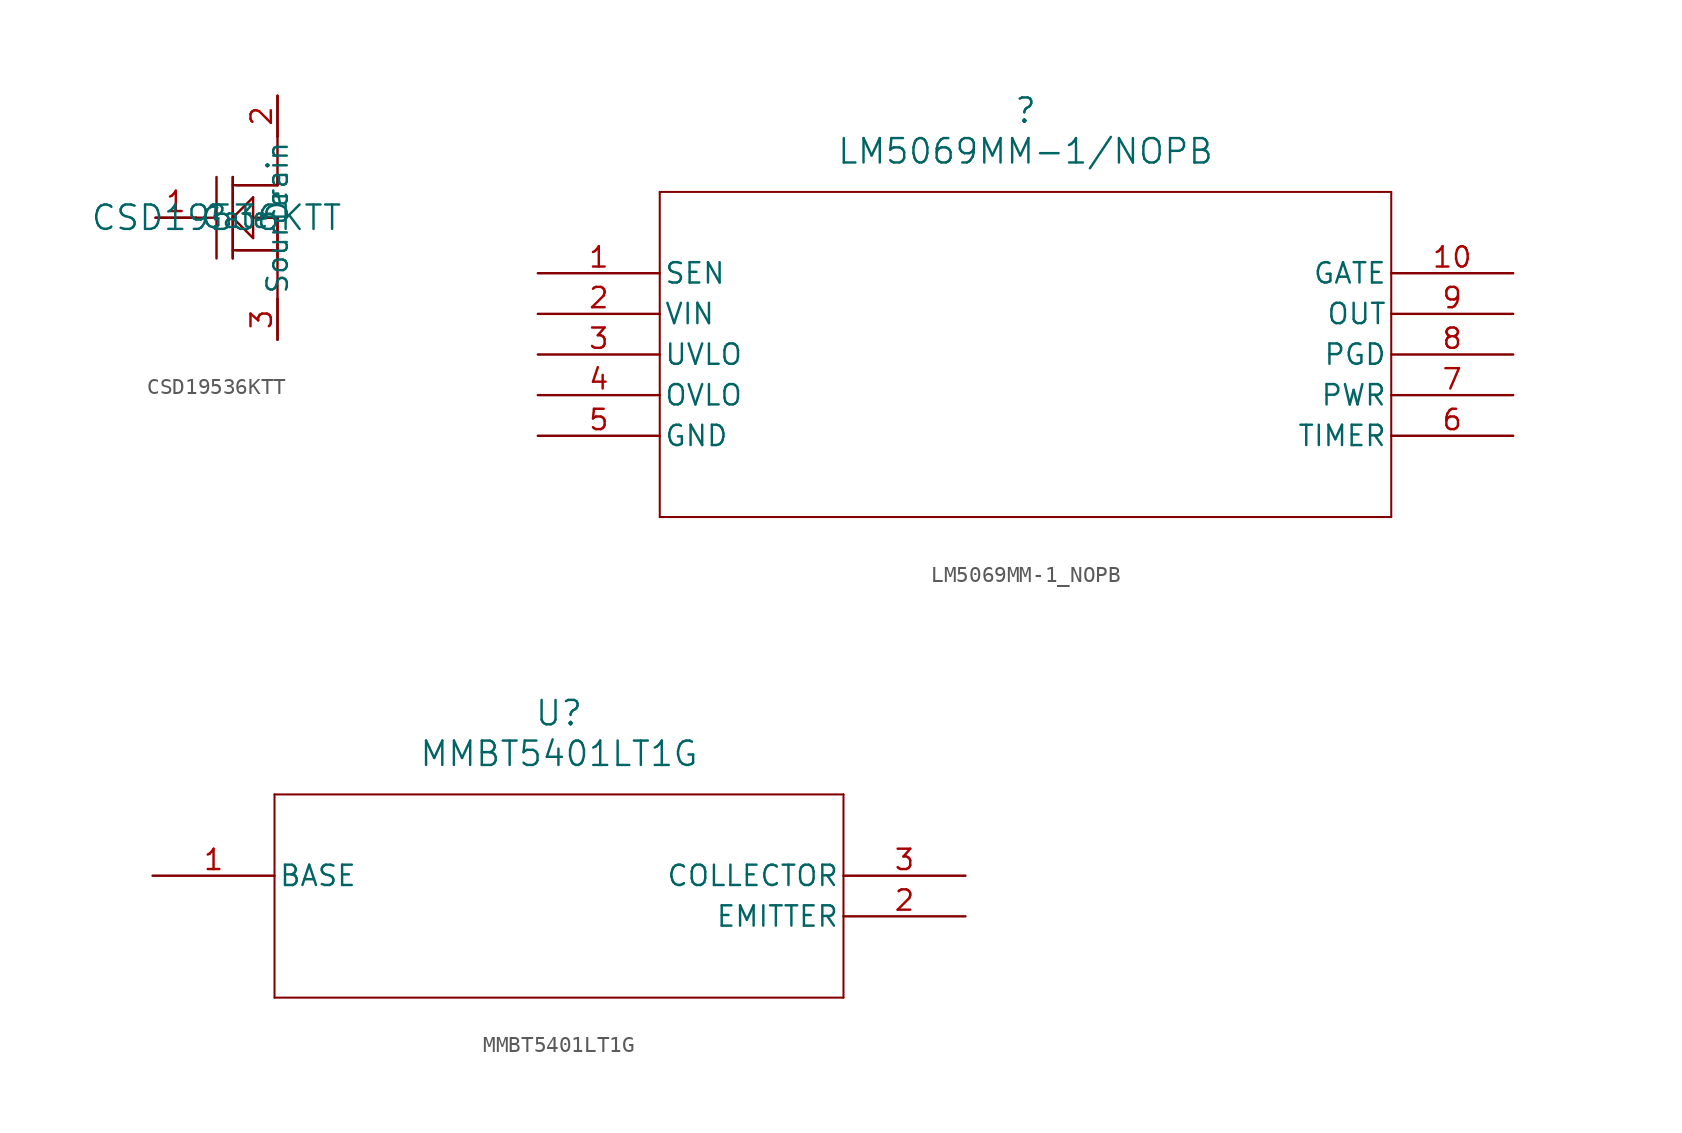
<source format=kicad_sym>
(kicad_symbol_lib
  (version 20241209)
  (generator "kicad_symbol_editor")
  (generator_version "9.0")
  (symbol "CSD19536KTT"
    (pin_names
      (offset 0.254))
    (property "Reference" ""
      (at 0 0 0)
      (effects (font (size 1.524 1.524))))
    (property "Value" "CSD19536KTT"
      (at 0 0 0)
      (effects (font (size 1.524 1.524))))
    (property "ki_locked" ""
      (at 0 0 0)
      (effects (font (size 1.27 1.27))))
    (symbol "CSD19536KTT_1_1"
      (polyline (pts (xy -3.81 0) (xy -1.27 0)) (stroke (width 0.152) (type default)) (fill (type none)))
      (polyline (pts (xy -1.27 0) (xy 0 0)) (stroke (width 0.152) (type default)) (fill (type none)))
      (polyline (pts (xy 0 -2.54) (xy 0 2.54)) (stroke (width 0.152) (type default)) (fill (type none)))
      (polyline (pts (xy 1.016 2.54) (xy 1.016 -2.54)) (stroke (width 0.152) (type default)) (fill (type none)))
      (polyline (pts (xy 1.016 2.54) (xy 1.016 -2.54)) (stroke (width 0.152) (type default)) (fill (type none)))
      (polyline (pts (xy 1.016 0) (xy 2.286 1.27)) (stroke (width 0.152) (type default)) (fill (type none)))
      (polyline (pts (xy 1.016 -2.032) (xy 3.81 -2.032)) (stroke (width 0.152) (type default)) (fill (type none)))
      (polyline (pts (xy 1.27 -2.032) (xy 3.556 -2.032)) (stroke (width 0.152) (type default)) (fill (type none)))
      (polyline (pts (xy 2.286 1.27) (xy 2.286 -1.27)) (stroke (width 0.152) (type default)) (fill (type none)))
      (polyline (pts (xy 2.286 0) (xy 3.81 0)) (stroke (width 0.152) (type default)) (fill (type none)))
      (polyline (pts (xy 2.286 -1.27) (xy 1.016 0)) (stroke (width 0.152) (type default)) (fill (type none)))
      (polyline (pts (xy 2.794 0) (xy 3.81 0)) (stroke (width 0.152) (type default)) (fill (type none)))
      (polyline (pts (xy 3.81 7.62) (xy 3.81 5.08)) (stroke (width 0.152) (type default)) (fill (type none)))
      (polyline (pts (xy 3.81 5.08) (xy 3.81 2.54)) (stroke (width 0.152) (type default)) (fill (type none)))
      (polyline (pts (xy 3.81 2.54) (xy 3.81 2.032)) (stroke (width 0.152) (type default)) (fill (type none)))
      (polyline (pts (xy 3.81 2.54) (xy 3.81 2.032)) (stroke (width 0.152) (type default)) (fill (type none)))
      (polyline (pts (xy 3.81 2.032) (xy 1.016 2.032)) (stroke (width 0.152) (type default)) (fill (type none)))
      (polyline (pts (xy 3.81 2.032) (xy 1.27 2.032)) (stroke (width 0.152) (type default)) (fill (type none)))
      (polyline (pts (xy 3.81 0) (xy 3.81 -2.54)) (stroke (width 0.152) (type default)) (fill (type none)))
      (polyline (pts (xy 3.81 0) (xy 3.81 -2.54)) (stroke (width 0.152) (type default)) (fill (type none)))
      (polyline (pts (xy 3.81 -2.54) (xy 3.81 -5.08)) (stroke (width 0.152) (type default)) (fill (type none)))
      (polyline (pts (xy 3.81 -7.62) (xy 3.81 -5.08)) (stroke (width 0.152) (type default)) (fill (type none)))
      (pin unspecified line (at -3.81 0 0) (length 2.54) (name "Gate" (effects (font (size 1.27 1.27)))) (number "1" (effects (font (size 1.27 1.27)))))
      (pin unspecified line (at 3.81 7.62 270) (length 2.54) (name "Drain" (effects (font (size 1.27 1.27)))) (number "2" (effects (font (size 1.27 1.27)))))
      (pin unspecified line (at 3.81 -7.62 90) (length 2.54) (name "Source" (effects (font (size 1.27 1.27)))) (number "3" (effects (font (size 1.27 1.27)))))))
  (symbol "LM5069MM-1_NOPB"
    (pin_names
      (offset 0.254))
    (property "Reference" ""
      (at 30.48 10.16 0)
      (effects (font (size 1.524 1.524))))
    (property "Value" "LM5069MM-1/NOPB"
      (at 30.48 7.62 0)
      (effects (font (size 1.524 1.524))))
    (property "ki_locked" ""
      (at 0 0 0)
      (effects (font (size 1.27 1.27))))
    (symbol "LM5069MM-1_NOPB_0_1"
      (polyline (pts (xy 7.62 5.08) (xy 7.62 -15.24)) (stroke (width 0.127) (type default)) (fill (type none)))
      (polyline (pts (xy 7.62 -15.24) (xy 53.34 -15.24)) (stroke (width 0.127) (type default)) (fill (type none)))
      (polyline (pts (xy 53.34 5.08) (xy 7.62 5.08)) (stroke (width 0.127) (type default)) (fill (type none)))
      (polyline (pts (xy 53.34 -15.24) (xy 53.34 5.08)) (stroke (width 0.127) (type default)) (fill (type none)))
      (pin input line (at 0 0 0) (length 7.62) (name "SEN" (effects (font (size 1.27 1.27)))) (number "1" (effects (font (size 1.27 1.27)))))
      (pin power_in line (at 0 -2.54 0) (length 7.62) (name "VIN" (effects (font (size 1.27 1.27)))) (number "2" (effects (font (size 1.27 1.27)))))
      (pin input line (at 0 -5.08 0) (length 7.62) (name "UVLO" (effects (font (size 1.27 1.27)))) (number "3" (effects (font (size 1.27 1.27)))))
      (pin input line (at 0 -7.62 0) (length 7.62) (name "OVLO" (effects (font (size 1.27 1.27)))) (number "4" (effects (font (size 1.27 1.27)))))
      (pin power_in line (at 0 -10.16 0) (length 7.62) (name "GND" (effects (font (size 1.27 1.27)))) (number "5" (effects (font (size 1.27 1.27)))))
      (pin output line (at 60.96 0 180) (length 7.62) (name "GATE" (effects (font (size 1.27 1.27)))) (number "10" (effects (font (size 1.27 1.27)))))
      (pin output line (at 60.96 -2.54 180) (length 7.62) (name "OUT" (effects (font (size 1.27 1.27)))) (number "9" (effects (font (size 1.27 1.27)))))
      (pin unspecified line (at 60.96 -5.08 180) (length 7.62) (name "PGD" (effects (font (size 1.27 1.27)))) (number "8" (effects (font (size 1.27 1.27)))))
      (pin input line (at 60.96 -7.62 180) (length 7.62) (name "PWR" (effects (font (size 1.27 1.27)))) (number "7" (effects (font (size 1.27 1.27)))))
      (pin input line (at 60.96 -10.16 180) (length 7.62) (name "TIMER" (effects (font (size 1.27 1.27)))) (number "6" (effects (font (size 1.27 1.27)))))))
  (symbol "MMBT5401LT1G"
    (pin_names
      (offset 0.254))
    (property "Reference" "U"
      (at 25.4 10.16 0)
      (effects (font (size 1.524 1.524))))
    (property "Value" "MMBT5401LT1G"
      (at 25.4 7.62 0)
      (effects (font (size 1.524 1.524))))
    (property "ki_locked" ""
      (at 0 0 0)
      (effects (font (size 1.27 1.27))))
    (symbol "MMBT5401LT1G_0_1"
      (polyline (pts (xy 7.62 5.08) (xy 7.62 -7.62)) (stroke (width 0.127) (type default)) (fill (type none)))
      (polyline (pts (xy 7.62 -7.62) (xy 43.18 -7.62)) (stroke (width 0.127) (type default)) (fill (type none)))
      (polyline (pts (xy 43.18 5.08) (xy 7.62 5.08)) (stroke (width 0.127) (type default)) (fill (type none)))
      (polyline (pts (xy 43.18 -7.62) (xy 43.18 5.08)) (stroke (width 0.127) (type default)) (fill (type none)))
      (pin unspecified line (at 0 0 0) (length 7.62) (name "BASE" (effects (font (size 1.27 1.27)))) (number "1" (effects (font (size 1.27 1.27)))))
      (pin unspecified line (at 50.8 0 180) (length 7.62) (name "COLLECTOR" (effects (font (size 1.27 1.27)))) (number "3" (effects (font (size 1.27 1.27)))))
      (pin unspecified line (at 50.8 -2.54 180) (length 7.62) (name "EMITTER" (effects (font (size 1.27 1.27)))) (number "2" (effects (font (size 1.27 1.27))))))))
</source>
